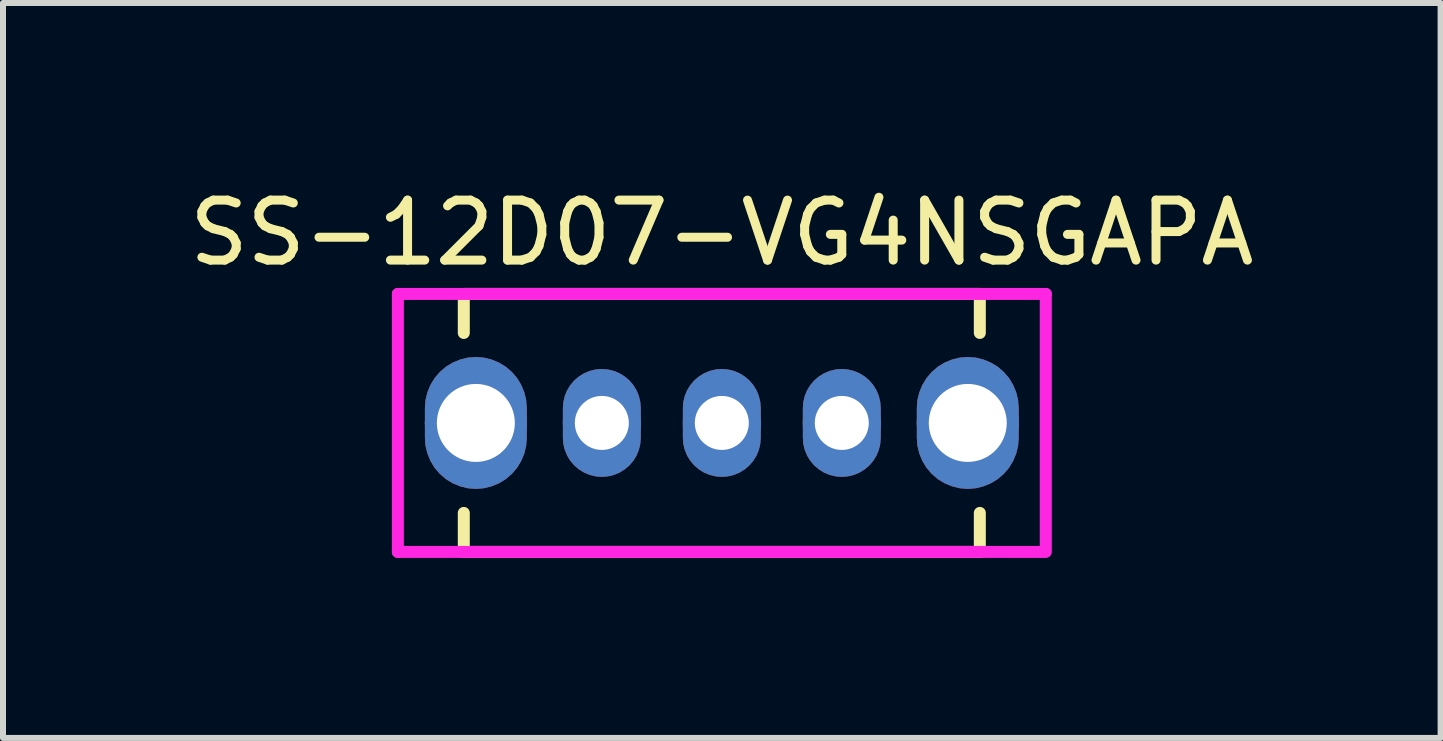
<source format=kicad_pcb>
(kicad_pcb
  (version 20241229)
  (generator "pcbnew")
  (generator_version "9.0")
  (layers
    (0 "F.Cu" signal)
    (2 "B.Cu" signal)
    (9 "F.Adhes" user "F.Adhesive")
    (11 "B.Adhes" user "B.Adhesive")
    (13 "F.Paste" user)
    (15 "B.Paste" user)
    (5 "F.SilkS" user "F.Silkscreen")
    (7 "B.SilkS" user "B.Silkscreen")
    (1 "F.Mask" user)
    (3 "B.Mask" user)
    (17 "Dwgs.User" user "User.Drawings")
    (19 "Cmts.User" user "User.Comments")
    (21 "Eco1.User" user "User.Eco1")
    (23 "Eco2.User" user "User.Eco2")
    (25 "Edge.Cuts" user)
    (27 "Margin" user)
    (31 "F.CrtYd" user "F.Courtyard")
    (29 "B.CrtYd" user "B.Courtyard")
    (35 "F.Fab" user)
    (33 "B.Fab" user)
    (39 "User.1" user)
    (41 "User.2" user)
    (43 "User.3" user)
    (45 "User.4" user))
  (footprint "SS-12D07-VG4NSGAPA"
    (layer "F.Cu")
    (at 8.982 4)
    (property "Reference" "SS-12D07-VG4NSGAPA" (at 0 -3.754 0) (layer "F.SilkS") (effects (font (size 1 1) (thickness 0.15)) (justify top)))
    (attr through_hole)
    (fp_poly (pts (xy -3.251 -0.25) (xy -3.261 -0.383) (xy -3.293 -0.512) (xy -3.344 -0.635) (xy -3.413 -0.749) (xy -3.5 -0.85) (xy -3.601 -0.937) (xy -3.715 -1.006) (xy -3.838 -1.057) (xy -3.967 -1.089) (xy -4.1 -1.099) (xy -4.233 -1.089) (xy -4.362 -1.057) (xy -4.485 -1.006) (xy -4.599 -0.937) (xy -4.7 -0.85) (xy -4.787 -0.749) (xy -4.856 -0.635) (xy -4.907 -0.512) (xy -4.939 -0.383) (xy -4.949 -0.25) (xy -4.949 0.25) (xy -4.939 0.383) (xy -4.907 0.512) (xy -4.856 0.635) (xy -4.787 0.749) (xy -4.7 0.85) (xy -4.599 0.937) (xy -4.485 1.006) (xy -4.362 1.057) (xy -4.233 1.089) (xy -4.1 1.099) (xy -3.967 1.089) (xy -3.838 1.057) (xy -3.715 1.006) (xy -3.601 0.937) (xy -3.5 0.85) (xy -3.413 0.749) (xy -3.344 0.635) (xy -3.293 0.512) (xy -3.261 0.383) (xy -3.251 0.25)) (stroke (width 0) (type solid)) (fill yes) (layer "F.Cu"))
    (fp_poly (pts (xy -1.351 -0.25) (xy -1.359 -0.352) (xy -1.383 -0.451) (xy -1.422 -0.545) (xy -1.475 -0.631) (xy -1.541 -0.709) (xy -1.619 -0.775) (xy -1.705 -0.828) (xy -1.799 -0.867) (xy -1.898 -0.891) (xy -2 -0.899) (xy -2.102 -0.891) (xy -2.201 -0.867) (xy -2.295 -0.828) (xy -2.381 -0.775) (xy -2.459 -0.709) (xy -2.525 -0.631) (xy -2.578 -0.545) (xy -2.617 -0.451) (xy -2.641 -0.352) (xy -2.649 -0.25) (xy -2.649 0.25) (xy -2.641 0.352) (xy -2.617 0.451) (xy -2.578 0.545) (xy -2.525 0.631) (xy -2.459 0.709) (xy -2.381 0.775) (xy -2.295 0.828) (xy -2.201 0.867) (xy -2.102 0.891) (xy -2 0.899) (xy -1.898 0.891) (xy -1.799 0.867) (xy -1.705 0.828) (xy -1.619 0.775) (xy -1.541 0.709) (xy -1.475 0.631) (xy -1.422 0.545) (xy -1.383 0.451) (xy -1.359 0.352) (xy -1.351 0.25)) (stroke (width 0) (type solid)) (fill yes) (layer "F.Cu"))
    (fp_poly (pts (xy 0.649 -0.25) (xy 0.641 -0.352) (xy 0.617 -0.451) (xy 0.578 -0.545) (xy 0.525 -0.631) (xy 0.459 -0.709) (xy 0.381 -0.775) (xy 0.295 -0.828) (xy 0.201 -0.867) (xy 0.102 -0.891) (xy 0 -0.899) (xy -0.102 -0.891) (xy -0.201 -0.867) (xy -0.295 -0.828) (xy -0.381 -0.775) (xy -0.459 -0.709) (xy -0.525 -0.631) (xy -0.578 -0.545) (xy -0.617 -0.451) (xy -0.641 -0.352) (xy -0.649 -0.25) (xy -0.649 0.25) (xy -0.641 0.352) (xy -0.617 0.451) (xy -0.578 0.545) (xy -0.525 0.631) (xy -0.459 0.709) (xy -0.381 0.775) (xy -0.295 0.828) (xy -0.201 0.867) (xy -0.102 0.891) (xy 0 0.899) (xy 0.102 0.891) (xy 0.201 0.867) (xy 0.295 0.828) (xy 0.381 0.775) (xy 0.459 0.709) (xy 0.525 0.631) (xy 0.578 0.545) (xy 0.617 0.451) (xy 0.641 0.352) (xy 0.649 0.25)) (stroke (width 0) (type solid)) (fill yes) (layer "F.Cu"))
    (fp_poly (pts (xy 2.649 -0.25) (xy 2.641 -0.352) (xy 2.617 -0.451) (xy 2.578 -0.545) (xy 2.525 -0.631) (xy 2.459 -0.709) (xy 2.381 -0.775) (xy 2.295 -0.828) (xy 2.201 -0.867) (xy 2.102 -0.891) (xy 2 -0.899) (xy 1.898 -0.891) (xy 1.799 -0.867) (xy 1.705 -0.828) (xy 1.619 -0.775) (xy 1.541 -0.709) (xy 1.475 -0.631) (xy 1.422 -0.545) (xy 1.383 -0.451) (xy 1.359 -0.352) (xy 1.351 -0.25) (xy 1.351 0.25) (xy 1.359 0.352) (xy 1.383 0.451) (xy 1.422 0.545) (xy 1.475 0.631) (xy 1.541 0.709) (xy 1.619 0.775) (xy 1.705 0.828) (xy 1.799 0.867) (xy 1.898 0.891) (xy 2 0.899) (xy 2.102 0.891) (xy 2.201 0.867) (xy 2.295 0.828) (xy 2.381 0.775) (xy 2.459 0.709) (xy 2.525 0.631) (xy 2.578 0.545) (xy 2.617 0.451) (xy 2.641 0.352) (xy 2.649 0.25)) (stroke (width 0) (type solid)) (fill yes) (layer "F.Cu"))
    (fp_poly (pts (xy 4.949 -0.25) (xy 4.939 -0.383) (xy 4.907 -0.512) (xy 4.856 -0.635) (xy 4.787 -0.749) (xy 4.7 -0.85) (xy 4.599 -0.937) (xy 4.485 -1.006) (xy 4.362 -1.057) (xy 4.233 -1.089) (xy 4.1 -1.099) (xy 3.967 -1.089) (xy 3.838 -1.057) (xy 3.715 -1.006) (xy 3.601 -0.937) (xy 3.5 -0.85) (xy 3.413 -0.749) (xy 3.344 -0.635) (xy 3.293 -0.512) (xy 3.261 -0.383) (xy 3.251 -0.25) (xy 3.251 0.25) (xy 3.261 0.383) (xy 3.293 0.512) (xy 3.344 0.635) (xy 3.413 0.749) (xy 3.5 0.85) (xy 3.601 0.937) (xy 3.715 1.006) (xy 3.838 1.057) (xy 3.967 1.089) (xy 4.1 1.099) (xy 4.233 1.089) (xy 4.362 1.057) (xy 4.485 1.006) (xy 4.599 0.937) (xy 4.7 0.85) (xy 4.787 0.749) (xy 4.856 0.635) (xy 4.907 0.512) (xy 4.939 0.383) (xy 4.949 0.25)) (stroke (width 0) (type solid)) (fill yes) (layer "F.Cu"))
    (fp_poly (pts (xy -5.052 0.25) (xy -5.04 0.399) (xy -5.005 0.544) (xy -4.948 0.682) (xy -4.87 0.81) (xy -4.773 0.923) (xy -4.66 1.02) (xy -4.532 1.098) (xy -4.394 1.155) (xy -4.249 1.19) (xy -4.1 1.202) (xy -3.951 1.19) (xy -3.806 1.155) (xy -3.668 1.098) (xy -3.54 1.02) (xy -3.427 0.923) (xy -3.33 0.81) (xy -3.252 0.682) (xy -3.195 0.544) (xy -3.16 0.399) (xy -3.148 0.25) (xy -3.148 -0.25) (xy -3.16 -0.399) (xy -3.195 -0.544) (xy -3.252 -0.682) (xy -3.33 -0.81) (xy -3.427 -0.923) (xy -3.54 -1.02) (xy -3.668 -1.098) (xy -3.806 -1.155) (xy -3.951 -1.19) (xy -4.1 -1.202) (xy -4.249 -1.19) (xy -4.394 -1.155) (xy -4.532 -1.098) (xy -4.66 -1.02) (xy -4.773 -0.923) (xy -4.87 -0.81) (xy -4.948 -0.682) (xy -5.005 -0.544) (xy -5.04 -0.399) (xy -5.052 -0.25)) (stroke (width 0) (type solid)) (fill yes) (layer "F.Mask"))
    (fp_poly (pts (xy -2.752 0.25) (xy -2.743 0.368) (xy -2.715 0.482) (xy -2.67 0.591) (xy -2.608 0.692) (xy -2.532 0.782) (xy -2.442 0.858) (xy -2.341 0.92) (xy -2.232 0.965) (xy -2.118 0.993) (xy -2 1.002) (xy -1.882 0.993) (xy -1.768 0.965) (xy -1.659 0.92) (xy -1.558 0.858) (xy -1.468 0.782) (xy -1.392 0.692) (xy -1.33 0.591) (xy -1.285 0.482) (xy -1.257 0.368) (xy -1.248 0.25) (xy -1.248 -0.25) (xy -1.257 -0.368) (xy -1.285 -0.482) (xy -1.33 -0.591) (xy -1.392 -0.692) (xy -1.468 -0.782) (xy -1.558 -0.858) (xy -1.659 -0.92) (xy -1.768 -0.965) (xy -1.882 -0.993) (xy -2 -1.002) (xy -2.118 -0.993) (xy -2.232 -0.965) (xy -2.341 -0.92) (xy -2.442 -0.858) (xy -2.532 -0.782) (xy -2.608 -0.692) (xy -2.67 -0.591) (xy -2.715 -0.482) (xy -2.743 -0.368) (xy -2.752 -0.25)) (stroke (width 0) (type solid)) (fill yes) (layer "F.Mask"))
    (fp_poly (pts (xy -0.752 0.25) (xy -0.743 0.368) (xy -0.715 0.482) (xy -0.67 0.591) (xy -0.608 0.692) (xy -0.532 0.782) (xy -0.442 0.858) (xy -0.341 0.92) (xy -0.232 0.965) (xy -0.118 0.993) (xy 0 1.002) (xy 0.118 0.993) (xy 0.232 0.965) (xy 0.341 0.92) (xy 0.442 0.858) (xy 0.532 0.782) (xy 0.608 0.692) (xy 0.67 0.591) (xy 0.715 0.482) (xy 0.743 0.368) (xy 0.752 0.25) (xy 0.752 -0.25) (xy 0.743 -0.368) (xy 0.715 -0.482) (xy 0.67 -0.591) (xy 0.608 -0.692) (xy 0.532 -0.782) (xy 0.442 -0.858) (xy 0.341 -0.92) (xy 0.232 -0.965) (xy 0.118 -0.993) (xy 0 -1.002) (xy -0.118 -0.993) (xy -0.232 -0.965) (xy -0.341 -0.92) (xy -0.442 -0.858) (xy -0.532 -0.782) (xy -0.608 -0.692) (xy -0.67 -0.591) (xy -0.715 -0.482) (xy -0.743 -0.368) (xy -0.752 -0.25)) (stroke (width 0) (type solid)) (fill yes) (layer "F.Mask"))
    (fp_poly (pts (xy 1.248 0.25) (xy 1.257 0.368) (xy 1.285 0.482) (xy 1.33 0.591) (xy 1.392 0.692) (xy 1.468 0.782) (xy 1.558 0.858) (xy 1.659 0.92) (xy 1.768 0.965) (xy 1.882 0.993) (xy 2 1.002) (xy 2.118 0.993) (xy 2.232 0.965) (xy 2.341 0.92) (xy 2.442 0.858) (xy 2.532 0.782) (xy 2.608 0.692) (xy 2.67 0.591) (xy 2.715 0.482) (xy 2.743 0.368) (xy 2.752 0.25) (xy 2.752 -0.25) (xy 2.743 -0.368) (xy 2.715 -0.482) (xy 2.67 -0.591) (xy 2.608 -0.692) (xy 2.532 -0.782) (xy 2.442 -0.858) (xy 2.341 -0.92) (xy 2.232 -0.965) (xy 2.118 -0.993) (xy 2 -1.002) (xy 1.882 -0.993) (xy 1.768 -0.965) (xy 1.659 -0.92) (xy 1.558 -0.858) (xy 1.468 -0.782) (xy 1.392 -0.692) (xy 1.33 -0.591) (xy 1.285 -0.482) (xy 1.257 -0.368) (xy 1.248 -0.25)) (stroke (width 0) (type solid)) (fill yes) (layer "F.Mask"))
    (fp_poly (pts (xy 3.148 0.25) (xy 3.16 0.399) (xy 3.195 0.544) (xy 3.252 0.682) (xy 3.33 0.81) (xy 3.427 0.923) (xy 3.54 1.02) (xy 3.668 1.098) (xy 3.806 1.155) (xy 3.951 1.19) (xy 4.1 1.202) (xy 4.249 1.19) (xy 4.394 1.155) (xy 4.532 1.098) (xy 4.66 1.02) (xy 4.773 0.923) (xy 4.87 0.81) (xy 4.948 0.682) (xy 5.005 0.544) (xy 5.04 0.399) (xy 5.052 0.25) (xy 5.052 -0.25) (xy 5.04 -0.399) (xy 5.005 -0.544) (xy 4.948 -0.682) (xy 4.87 -0.81) (xy 4.773 -0.923) (xy 4.66 -1.02) (xy 4.532 -1.098) (xy 4.394 -1.155) (xy 4.249 -1.19) (xy 4.1 -1.202) (xy 3.951 -1.19) (xy 3.806 -1.155) (xy 3.668 -1.098) (xy 3.54 -1.02) (xy 3.427 -0.923) (xy 3.33 -0.81) (xy 3.252 -0.682) (xy 3.195 -0.544) (xy 3.16 -0.399) (xy 3.148 -0.25)) (stroke (width 0) (type solid)) (fill yes) (layer "F.Mask"))
    (fp_poly (pts (xy -3.251 -0.25) (xy -3.261 -0.383) (xy -3.293 -0.512) (xy -3.344 -0.635) (xy -3.413 -0.749) (xy -3.5 -0.85) (xy -3.601 -0.937) (xy -3.715 -1.006) (xy -3.838 -1.057) (xy -3.967 -1.089) (xy -4.1 -1.099) (xy -4.233 -1.089) (xy -4.362 -1.057) (xy -4.485 -1.006) (xy -4.599 -0.937) (xy -4.7 -0.85) (xy -4.787 -0.749) (xy -4.856 -0.635) (xy -4.907 -0.512) (xy -4.939 -0.383) (xy -4.949 -0.25) (xy -4.949 0.25) (xy -4.939 0.383) (xy -4.907 0.512) (xy -4.856 0.635) (xy -4.787 0.749) (xy -4.7 0.85) (xy -4.599 0.937) (xy -4.485 1.006) (xy -4.362 1.057) (xy -4.233 1.089) (xy -4.1 1.099) (xy -3.967 1.089) (xy -3.838 1.057) (xy -3.715 1.006) (xy -3.601 0.937) (xy -3.5 0.85) (xy -3.413 0.749) (xy -3.344 0.635) (xy -3.293 0.512) (xy -3.261 0.383) (xy -3.251 0.25)) (stroke (width 0) (type solid)) (fill yes) (layer "B.Cu"))
    (fp_poly (pts (xy -1.351 -0.25) (xy -1.359 -0.352) (xy -1.383 -0.451) (xy -1.422 -0.545) (xy -1.475 -0.631) (xy -1.541 -0.709) (xy -1.619 -0.775) (xy -1.705 -0.828) (xy -1.799 -0.867) (xy -1.898 -0.891) (xy -2 -0.899) (xy -2.102 -0.891) (xy -2.201 -0.867) (xy -2.295 -0.828) (xy -2.381 -0.775) (xy -2.459 -0.709) (xy -2.525 -0.631) (xy -2.578 -0.545) (xy -2.617 -0.451) (xy -2.641 -0.352) (xy -2.649 -0.25) (xy -2.649 0.25) (xy -2.641 0.352) (xy -2.617 0.451) (xy -2.578 0.545) (xy -2.525 0.631) (xy -2.459 0.709) (xy -2.381 0.775) (xy -2.295 0.828) (xy -2.201 0.867) (xy -2.102 0.891) (xy -2 0.899) (xy -1.898 0.891) (xy -1.799 0.867) (xy -1.705 0.828) (xy -1.619 0.775) (xy -1.541 0.709) (xy -1.475 0.631) (xy -1.422 0.545) (xy -1.383 0.451) (xy -1.359 0.352) (xy -1.351 0.25)) (stroke (width 0) (type solid)) (fill yes) (layer "B.Cu"))
    (fp_poly (pts (xy 0.649 -0.25) (xy 0.641 -0.352) (xy 0.617 -0.451) (xy 0.578 -0.545) (xy 0.525 -0.631) (xy 0.459 -0.709) (xy 0.381 -0.775) (xy 0.295 -0.828) (xy 0.201 -0.867) (xy 0.102 -0.891) (xy 0 -0.899) (xy -0.102 -0.891) (xy -0.201 -0.867) (xy -0.295 -0.828) (xy -0.381 -0.775) (xy -0.459 -0.709) (xy -0.525 -0.631) (xy -0.578 -0.545) (xy -0.617 -0.451) (xy -0.641 -0.352) (xy -0.649 -0.25) (xy -0.649 0.25) (xy -0.641 0.352) (xy -0.617 0.451) (xy -0.578 0.545) (xy -0.525 0.631) (xy -0.459 0.709) (xy -0.381 0.775) (xy -0.295 0.828) (xy -0.201 0.867) (xy -0.102 0.891) (xy 0 0.899) (xy 0.102 0.891) (xy 0.201 0.867) (xy 0.295 0.828) (xy 0.381 0.775) (xy 0.459 0.709) (xy 0.525 0.631) (xy 0.578 0.545) (xy 0.617 0.451) (xy 0.641 0.352) (xy 0.649 0.25)) (stroke (width 0) (type solid)) (fill yes) (layer "B.Cu"))
    (fp_poly (pts (xy 2.649 -0.25) (xy 2.641 -0.352) (xy 2.617 -0.451) (xy 2.578 -0.545) (xy 2.525 -0.631) (xy 2.459 -0.709) (xy 2.381 -0.775) (xy 2.295 -0.828) (xy 2.201 -0.867) (xy 2.102 -0.891) (xy 2 -0.899) (xy 1.898 -0.891) (xy 1.799 -0.867) (xy 1.705 -0.828) (xy 1.619 -0.775) (xy 1.541 -0.709) (xy 1.475 -0.631) (xy 1.422 -0.545) (xy 1.383 -0.451) (xy 1.359 -0.352) (xy 1.351 -0.25) (xy 1.351 0.25) (xy 1.359 0.352) (xy 1.383 0.451) (xy 1.422 0.545) (xy 1.475 0.631) (xy 1.541 0.709) (xy 1.619 0.775) (xy 1.705 0.828) (xy 1.799 0.867) (xy 1.898 0.891) (xy 2 0.899) (xy 2.102 0.891) (xy 2.201 0.867) (xy 2.295 0.828) (xy 2.381 0.775) (xy 2.459 0.709) (xy 2.525 0.631) (xy 2.578 0.545) (xy 2.617 0.451) (xy 2.641 0.352) (xy 2.649 0.25)) (stroke (width 0) (type solid)) (fill yes) (layer "B.Cu"))
    (fp_poly (pts (xy 4.949 -0.25) (xy 4.939 -0.383) (xy 4.907 -0.512) (xy 4.856 -0.635) (xy 4.787 -0.749) (xy 4.7 -0.85) (xy 4.599 -0.937) (xy 4.485 -1.006) (xy 4.362 -1.057) (xy 4.233 -1.089) (xy 4.1 -1.099) (xy 3.967 -1.089) (xy 3.838 -1.057) (xy 3.715 -1.006) (xy 3.601 -0.937) (xy 3.5 -0.85) (xy 3.413 -0.749) (xy 3.344 -0.635) (xy 3.293 -0.512) (xy 3.261 -0.383) (xy 3.251 -0.25) (xy 3.251 0.25) (xy 3.261 0.383) (xy 3.293 0.512) (xy 3.344 0.635) (xy 3.413 0.749) (xy 3.5 0.85) (xy 3.601 0.937) (xy 3.715 1.006) (xy 3.838 1.057) (xy 3.967 1.089) (xy 4.1 1.099) (xy 4.233 1.089) (xy 4.362 1.057) (xy 4.485 1.006) (xy 4.599 0.937) (xy 4.7 0.85) (xy 4.787 0.749) (xy 4.856 0.635) (xy 4.907 0.512) (xy 4.939 0.383) (xy 4.949 0.25)) (stroke (width 0) (type solid)) (fill yes) (layer "B.Cu"))
    (fp_poly (pts (xy -5.052 0.25) (xy -5.04 0.399) (xy -5.005 0.544) (xy -4.948 0.682) (xy -4.87 0.81) (xy -4.773 0.923) (xy -4.66 1.02) (xy -4.532 1.098) (xy -4.394 1.155) (xy -4.249 1.19) (xy -4.1 1.202) (xy -3.951 1.19) (xy -3.806 1.155) (xy -3.668 1.098) (xy -3.54 1.02) (xy -3.427 0.923) (xy -3.33 0.81) (xy -3.252 0.682) (xy -3.195 0.544) (xy -3.16 0.399) (xy -3.148 0.25) (xy -3.148 -0.25) (xy -3.16 -0.399) (xy -3.195 -0.544) (xy -3.252 -0.682) (xy -3.33 -0.81) (xy -3.427 -0.923) (xy -3.54 -1.02) (xy -3.668 -1.098) (xy -3.806 -1.155) (xy -3.951 -1.19) (xy -4.1 -1.202) (xy -4.249 -1.19) (xy -4.394 -1.155) (xy -4.532 -1.098) (xy -4.66 -1.02) (xy -4.773 -0.923) (xy -4.87 -0.81) (xy -4.948 -0.682) (xy -5.005 -0.544) (xy -5.04 -0.399) (xy -5.052 -0.25)) (stroke (width 0) (type solid)) (fill yes) (layer "B.Mask"))
    (fp_poly (pts (xy -2.752 0.25) (xy -2.743 0.368) (xy -2.715 0.482) (xy -2.67 0.591) (xy -2.608 0.692) (xy -2.532 0.782) (xy -2.442 0.858) (xy -2.341 0.92) (xy -2.232 0.965) (xy -2.118 0.993) (xy -2 1.002) (xy -1.882 0.993) (xy -1.768 0.965) (xy -1.659 0.92) (xy -1.558 0.858) (xy -1.468 0.782) (xy -1.392 0.692) (xy -1.33 0.591) (xy -1.285 0.482) (xy -1.257 0.368) (xy -1.248 0.25) (xy -1.248 -0.25) (xy -1.257 -0.368) (xy -1.285 -0.482) (xy -1.33 -0.591) (xy -1.392 -0.692) (xy -1.468 -0.782) (xy -1.558 -0.858) (xy -1.659 -0.92) (xy -1.768 -0.965) (xy -1.882 -0.993) (xy -2 -1.002) (xy -2.118 -0.993) (xy -2.232 -0.965) (xy -2.341 -0.92) (xy -2.442 -0.858) (xy -2.532 -0.782) (xy -2.608 -0.692) (xy -2.67 -0.591) (xy -2.715 -0.482) (xy -2.743 -0.368) (xy -2.752 -0.25)) (stroke (width 0) (type solid)) (fill yes) (layer "B.Mask"))
    (fp_poly (pts (xy -0.752 0.25) (xy -0.743 0.368) (xy -0.715 0.482) (xy -0.67 0.591) (xy -0.608 0.692) (xy -0.532 0.782) (xy -0.442 0.858) (xy -0.341 0.92) (xy -0.232 0.965) (xy -0.118 0.993) (xy 0 1.002) (xy 0.118 0.993) (xy 0.232 0.965) (xy 0.341 0.92) (xy 0.442 0.858) (xy 0.532 0.782) (xy 0.608 0.692) (xy 0.67 0.591) (xy 0.715 0.482) (xy 0.743 0.368) (xy 0.752 0.25) (xy 0.752 -0.25) (xy 0.743 -0.368) (xy 0.715 -0.482) (xy 0.67 -0.591) (xy 0.608 -0.692) (xy 0.532 -0.782) (xy 0.442 -0.858) (xy 0.341 -0.92) (xy 0.232 -0.965) (xy 0.118 -0.993) (xy 0 -1.002) (xy -0.118 -0.993) (xy -0.232 -0.965) (xy -0.341 -0.92) (xy -0.442 -0.858) (xy -0.532 -0.782) (xy -0.608 -0.692) (xy -0.67 -0.591) (xy -0.715 -0.482) (xy -0.743 -0.368) (xy -0.752 -0.25)) (stroke (width 0) (type solid)) (fill yes) (layer "B.Mask"))
    (fp_poly (pts (xy 1.248 0.25) (xy 1.257 0.368) (xy 1.285 0.482) (xy 1.33 0.591) (xy 1.392 0.692) (xy 1.468 0.782) (xy 1.558 0.858) (xy 1.659 0.92) (xy 1.768 0.965) (xy 1.882 0.993) (xy 2 1.002) (xy 2.118 0.993) (xy 2.232 0.965) (xy 2.341 0.92) (xy 2.442 0.858) (xy 2.532 0.782) (xy 2.608 0.692) (xy 2.67 0.591) (xy 2.715 0.482) (xy 2.743 0.368) (xy 2.752 0.25) (xy 2.752 -0.25) (xy 2.743 -0.368) (xy 2.715 -0.482) (xy 2.67 -0.591) (xy 2.608 -0.692) (xy 2.532 -0.782) (xy 2.442 -0.858) (xy 2.341 -0.92) (xy 2.232 -0.965) (xy 2.118 -0.993) (xy 2 -1.002) (xy 1.882 -0.993) (xy 1.768 -0.965) (xy 1.659 -0.92) (xy 1.558 -0.858) (xy 1.468 -0.782) (xy 1.392 -0.692) (xy 1.33 -0.591) (xy 1.285 -0.482) (xy 1.257 -0.368) (xy 1.248 -0.25)) (stroke (width 0) (type solid)) (fill yes) (layer "B.Mask"))
    (fp_poly (pts (xy 3.148 0.25) (xy 3.16 0.399) (xy 3.195 0.544) (xy 3.252 0.682) (xy 3.33 0.81) (xy 3.427 0.923) (xy 3.54 1.02) (xy 3.668 1.098) (xy 3.806 1.155) (xy 3.951 1.19) (xy 4.1 1.202) (xy 4.249 1.19) (xy 4.394 1.155) (xy 4.532 1.098) (xy 4.66 1.02) (xy 4.773 0.923) (xy 4.87 0.81) (xy 4.948 0.682) (xy 5.005 0.544) (xy 5.04 0.399) (xy 5.052 0.25) (xy 5.052 -0.25) (xy 5.04 -0.399) (xy 5.005 -0.544) (xy 4.948 -0.682) (xy 4.87 -0.81) (xy 4.773 -0.923) (xy 4.66 -1.02) (xy 4.532 -1.098) (xy 4.394 -1.155) (xy 4.249 -1.19) (xy 4.1 -1.202) (xy 3.951 -1.19) (xy 3.806 -1.155) (xy 3.668 -1.098) (xy 3.54 -1.02) (xy 3.427 -0.923) (xy 3.33 -0.81) (xy 3.252 -0.682) (xy 3.195 -0.544) (xy 3.16 -0.399) (xy 3.148 -0.25)) (stroke (width 0) (type solid)) (fill yes) (layer "B.Mask"))
    (fp_line (start -4.301 -2.15) (end -4.301 -1.5) (stroke (width 0.2) (type solid)) (layer "F.SilkS"))
    (fp_line (start -4.301 -2.15) (end 4.301 -2.15) (stroke (width 0.2) (type solid)) (layer "F.SilkS"))
    (fp_line (start -4.301 1.5) (end -4.301 2.15) (stroke (width 0.2) (type solid)) (layer "F.SilkS"))
    (fp_line (start -4.301 2.15) (end 4.301 2.15) (stroke (width 0.2) (type solid)) (layer "F.SilkS"))
    (fp_line (start 4.301 -2.15) (end 4.301 -1.5) (stroke (width 0.2) (type solid)) (layer "F.SilkS"))
    (fp_line (start 4.301 1.5) (end 4.301 2.15) (stroke (width 0.2) (type solid)) (layer "F.SilkS"))
    (fp_line (start -5.4 -2.15) (end -5.4 2.15) (stroke (width 0.2) (type solid)) (layer "F.CrtYd"))
    (fp_line (start -5.4 -2.15) (end 5.4 -2.15) (stroke (width 0.2) (type solid)) (layer "F.CrtYd"))
    (fp_line (start -5.4 2.15) (end 5.4 2.15) (stroke (width 0.2) (type solid)) (layer "F.CrtYd"))
    (fp_line (start 5.4 -2.15) (end 5.4 2.1) (stroke (width 0.2) (type solid)) (layer "F.CrtYd"))
    (pad "1" thru_hole circle (at -2 0 90) (size 1.3 1.3) (drill 0.9) (layers "*.Cu" "*.Mask"))
    (pad "2" thru_hole circle (at 0 0 90) (size 1.3 1.3) (drill 0.9) (layers "*.Cu" "*.Mask"))
    (pad "3" thru_hole circle (at 2 0 90) (size 1.3 1.3) (drill 0.9) (layers "*.Cu" "*.Mask"))
    (pad "MH1" thru_hole circle (at -4.1 0 90) (size 1.7 1.7) (drill 1.3) (layers "*.Cu" "*.Mask"))
    (pad "MH2" thru_hole circle (at 4.1 0 90) (size 1.7 1.7) (drill 1.3) (layers "*.Cu" "*.Mask")))
  (gr_rect
    (start -3 -3)
    (end 20.964 9.251)
    (stroke (width 0.1) (type default))
    (fill no)
    (layer "Edge.Cuts")))
</source>
